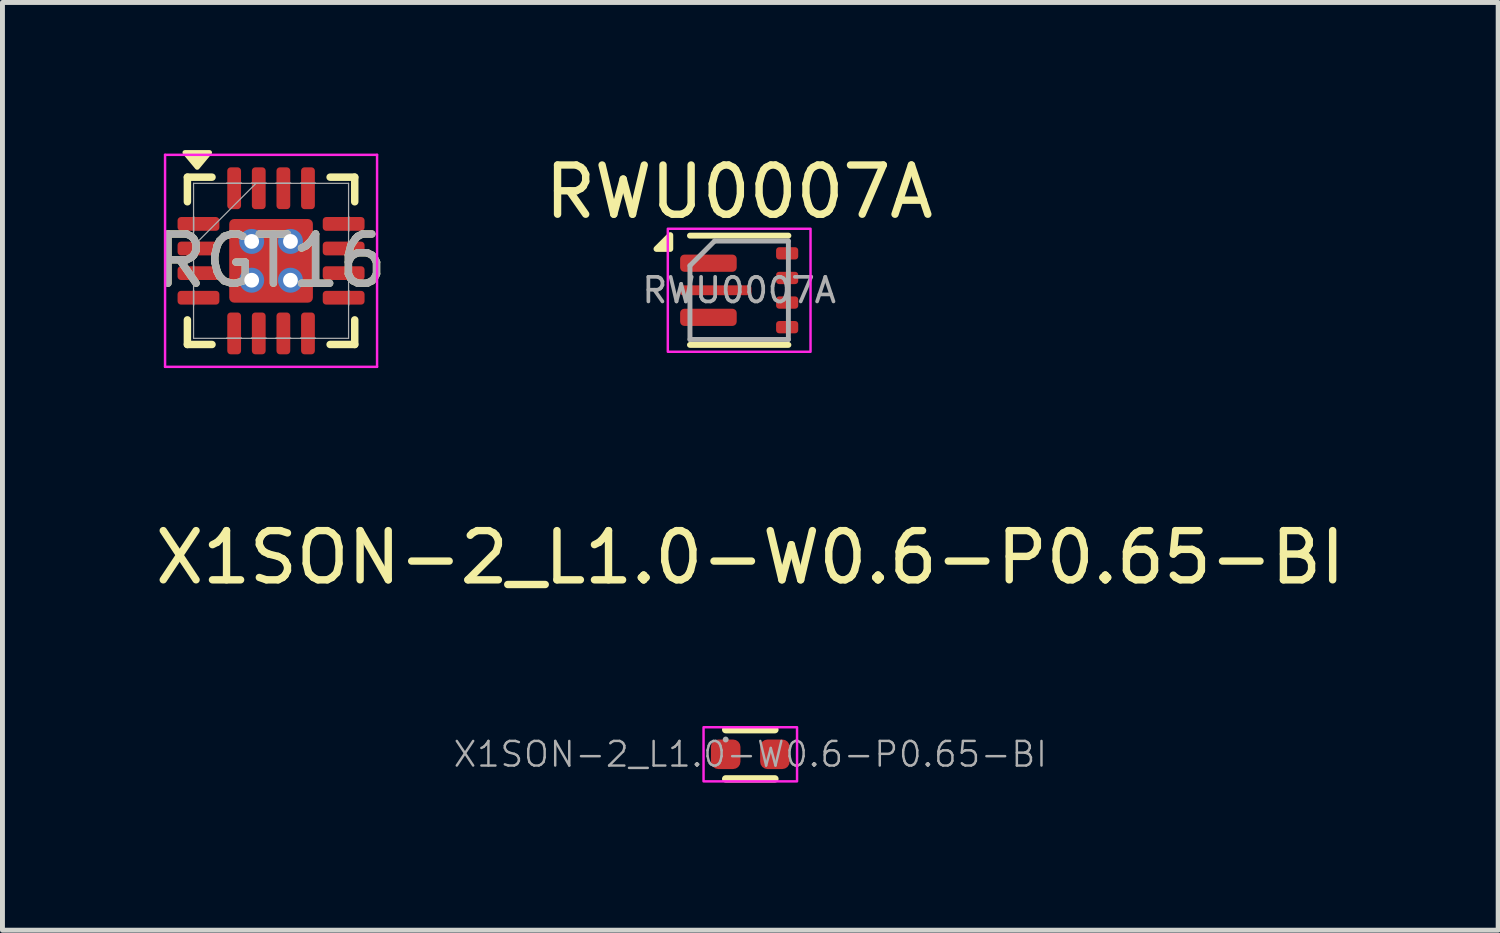
<source format=kicad_pcb>
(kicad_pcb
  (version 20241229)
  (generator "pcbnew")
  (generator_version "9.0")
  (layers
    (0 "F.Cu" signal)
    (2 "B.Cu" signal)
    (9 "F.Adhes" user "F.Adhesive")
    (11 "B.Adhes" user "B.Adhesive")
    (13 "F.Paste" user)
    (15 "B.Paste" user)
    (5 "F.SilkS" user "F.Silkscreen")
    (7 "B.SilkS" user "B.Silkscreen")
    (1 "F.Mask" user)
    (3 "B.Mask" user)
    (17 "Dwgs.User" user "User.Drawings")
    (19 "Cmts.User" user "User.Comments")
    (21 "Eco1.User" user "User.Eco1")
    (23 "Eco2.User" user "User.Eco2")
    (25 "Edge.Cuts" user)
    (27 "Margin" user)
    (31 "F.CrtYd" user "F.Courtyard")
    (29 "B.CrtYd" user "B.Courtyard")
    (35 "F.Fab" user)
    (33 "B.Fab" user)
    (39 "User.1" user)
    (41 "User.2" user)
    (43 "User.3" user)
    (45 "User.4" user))
  (footprint "X1SON-2_L1.0-W0.6-P0.65-BI"
    (layer "F.Cu")
    (at 12.196 12.277)
    (property "Reference" "X1SON-2_L1.0-W0.6-P0.65-BI" (at 0 -4 0) (layer "F.SilkS") (effects (font (size 1 1) (thickness 0.15))))
    (attr smd)
    (fp_line (start -0.5 -0.5) (end 0.5 -0.5) (stroke (width 0.15) (type solid)) (layer "F.SilkS"))
    (fp_line (start -0.5 0.5) (end 0.5 0.5) (stroke (width 0.15) (type solid)) (layer "F.SilkS"))
    (fp_rect (start -0.95 -0.55) (end 0.95 0.55) (stroke (width 0.05) (type default)) (fill no) (layer "F.CrtYd"))
    (fp_circle (center -0.5 -0.3) (end -0.47 -0.3) (stroke (width 0.06) (type solid)) (fill no) (layer "F.Fab"))
    (fp_text user "${REFERENCE}" (at 0 0 0) (layer "F.Fab") (effects (font (size 0.5 0.5) (thickness 0.05))))
    (pad "1" smd roundrect (at -0.5 0) (size 0.6 0.6) (layers "F.Cu" "F.Mask" "F.Paste") (roundrect_rratio 0.25))
    (pad "2" smd roundrect (at 0.5 0) (size 0.6 0.6) (layers "F.Cu" "F.Mask" "F.Paste") (roundrect_rratio 0.25)))
  (footprint "RWU0007A"
    (layer "F.Cu")
    (at 11.97 2.848)
    (property "Reference" "RWU0007A" (at 0 -2 0) (layer "F.SilkS") (effects (font (size 1 1) (thickness 0.15))))
    (attr smd)
    (fp_line (start -1 -1.11) (end 1 -1.11) (stroke (width 0.12) (type solid)) (layer "F.SilkS"))
    (fp_line (start 1 1.11) (end -1 1.11) (stroke (width 0.12) (type solid)) (layer "F.SilkS"))
    (fp_poly (pts (xy -1.4 -0.84) (xy -1.68 -0.84) (xy -1.4 -1.12) (xy -1.4 -0.84)) (stroke (width 0.12) (type solid)) (fill yes) (layer "F.SilkS"))
    (fp_rect (start -1.45 -1.25) (end 1.45 1.25) (stroke (width 0.05) (type default)) (fill no) (layer "F.CrtYd"))
    (fp_line (start -1 -0.5) (end -0.5 -1) (stroke (width 0.1) (type solid)) (layer "F.Fab"))
    (fp_line (start -1 1) (end -1 -0.5) (stroke (width 0.1) (type solid)) (layer "F.Fab"))
    (fp_line (start -0.5 -1) (end 1 -1) (stroke (width 0.1) (type solid)) (layer "F.Fab"))
    (fp_line (start 1 -1) (end 1 1) (stroke (width 0.1) (type solid)) (layer "F.Fab"))
    (fp_line (start 1 1) (end -1 1) (stroke (width 0.1) (type solid)) (layer "F.Fab"))
    (fp_text user "${REFERENCE}" (at 0 0 0) (layer "F.Fab") (effects (font (size 0.5 0.5) (thickness 0.075))))
    (pad "" smd roundrect (at -0.963 -0.55) (size 0.475 0.35) (layers "F.Paste") (roundrect_rratio 0.25))
    (pad "" smd roundrect (at -0.963 0.55) (size 0.475 0.35) (layers "F.Paste") (roundrect_rratio 0.25))
    (pad "" smd roundrect (at -0.887 0) (size 0.625 0.2) (layers "F.Paste") (roundrect_rratio 0.25))
    (pad "" smd roundrect (at -0.288 -0.55) (size 0.475 0.35) (layers "F.Paste") (roundrect_rratio 0.25))
    (pad "" smd roundrect (at -0.288 0.55) (size 0.475 0.35) (layers "F.Paste") (roundrect_rratio 0.25))
    (pad "" smd roundrect (at -0.062 0) (size 0.625 0.2) (layers "F.Paste") (roundrect_rratio 0.25))
    (pad "1" smd roundrect (at -0.625 -0.55) (size 1.15 0.35) (layers "F.Cu" "F.Mask") (roundrect_rratio 0.25))
    (pad "2" smd roundrect (at -0.475 0) (size 1.45 0.2) (layers "F.Cu" "F.Mask") (roundrect_rratio 0.25))
    (pad "3" smd roundrect (at -0.625 0.55) (size 1.15 0.35) (layers "F.Cu" "F.Mask") (roundrect_rratio 0.25))
    (pad "4" smd roundrect (at 0.975 0.75) (size 0.45 0.25) (layers "F.Cu" "F.Mask" "F.Paste") (roundrect_rratio 0.25))
    (pad "5" smd roundrect (at 0.975 0.25) (size 0.45 0.25) (layers "F.Cu" "F.Mask" "F.Paste") (roundrect_rratio 0.25))
    (pad "6" smd roundrect (at 0.975 -0.25) (size 0.45 0.25) (layers "F.Cu" "F.Mask" "F.Paste") (roundrect_rratio 0.25))
    (pad "7" smd roundrect (at 0.975 -0.75) (size 0.45 0.25) (layers "F.Cu" "F.Mask" "F.Paste") (roundrect_rratio 0.25)))
  (footprint "RGT16"
    (layer "F.Cu")
    (at 2.458 2.25)
    (property "Reference" "RGT16" (at 0 0 0) (unlocked yes) (layer "F.SilkS") (effects (font (size 1 1) (thickness 0.15))))
    (attr smd)
    (fp_rect (start -0.8 -0.8) (end 0.8 0.8) (stroke (width 0.1) (type default)) (fill yes) (layer "F.Mask"))
    (fp_line (start -1.7 -1.7) (end -1.7 -1.2) (stroke (width 0.152) (type solid)) (layer "F.SilkS"))
    (fp_line (start -1.7 1.7) (end -1.7 1.2) (stroke (width 0.152) (type solid)) (layer "F.SilkS"))
    (fp_line (start -1.2 -1.7) (end -1.7 -1.7) (stroke (width 0.152) (type solid)) (layer "F.SilkS"))
    (fp_line (start -1.2 1.7) (end -1.7 1.7) (stroke (width 0.152) (type solid)) (layer "F.SilkS"))
    (fp_line (start 1.2 -1.7) (end 1.7 -1.7) (stroke (width 0.152) (type solid)) (layer "F.SilkS"))
    (fp_line (start 1.2 1.7) (end 1.7 1.7) (stroke (width 0.152) (type solid)) (layer "F.SilkS"))
    (fp_line (start 1.7 -1.7) (end 1.7 -1.2) (stroke (width 0.152) (type solid)) (layer "F.SilkS"))
    (fp_line (start 1.7 1.7) (end 1.7 1.2) (stroke (width 0.152) (type solid)) (layer "F.SilkS"))
    (fp_poly (pts (xy -1.5 -1.9) (xy -1.75 -2.2) (xy -1.25 -2.2)) (stroke (width 0.1) (type solid)) (fill yes) (layer "F.SilkS"))
    (fp_circle (center 0 0) (end 0.15 -0.2) (stroke (width 0.1) (type default)) (fill yes) (layer "F.Paste"))
    (fp_poly (pts (xy -0.775 -0.775) (xy -0.775 -0.494) (xy -0.635 -0.494) (xy -0.494 -0.635) (xy -0.494 -0.775)) (stroke (width 0) (type solid)) (fill yes) (layer "F.Paste"))
    (fp_poly (pts (xy -0.775 0.494) (xy -0.775 0.775) (xy -0.494 0.775) (xy -0.494 0.635) (xy -0.635 0.494)) (stroke (width 0) (type solid)) (fill yes) (layer "F.Paste"))
    (fp_poly (pts (xy 0.494 -0.775) (xy 0.494 -0.635) (xy 0.635 -0.494) (xy 0.775 -0.494) (xy 0.775 -0.775)) (stroke (width 0) (type solid)) (fill yes) (layer "F.Paste"))
    (fp_poly (pts (xy 0.635 0.494) (xy 0.494 0.635) (xy 0.494 0.775) (xy 0.775 0.775) (xy 0.775 0.494)) (stroke (width 0) (type solid)) (fill yes) (layer "F.Paste"))
    (fp_poly (pts (xy -0.775 -0.294) (xy -0.775 0.294) (xy -0.635 0.294) (xy -0.494 0.152) (xy -0.494 -0.152) (xy -0.635 -0.294)) (stroke (width 0) (type solid)) (fill yes) (layer "F.Paste"))
    (fp_poly (pts (xy -0.294 -0.775) (xy -0.294 -0.635) (xy -0.152 -0.494) (xy 0.152 -0.494) (xy 0.294 -0.635) (xy 0.294 -0.775)) (stroke (width 0) (type solid)) (fill yes) (layer "F.Paste"))
    (fp_poly (pts (xy -0.152 0.494) (xy -0.294 0.635) (xy -0.294 0.775) (xy 0.294 0.775) (xy 0.294 0.635) (xy 0.152 0.494)) (stroke (width 0) (type solid)) (fill yes) (layer "F.Paste"))
    (fp_poly (pts (xy 0.635 -0.294) (xy 0.494 -0.152) (xy 0.494 0.152) (xy 0.635 0.294) (xy 0.775 0.294) (xy 0.775 -0.294)) (stroke (width 0) (type solid)) (fill yes) (layer "F.Paste"))
    (fp_line (start -2.154 -2.154) (end 2.154 -2.154) (stroke (width 0.05) (type solid)) (layer "F.CrtYd"))
    (fp_line (start -2.154 2.154) (end -2.154 -2.154) (stroke (width 0.05) (type solid)) (layer "F.CrtYd"))
    (fp_line (start 2.154 -2.154) (end 2.154 2.154) (stroke (width 0.05) (type solid)) (layer "F.CrtYd"))
    (fp_line (start 2.154 2.154) (end -2.154 2.154) (stroke (width 0.05) (type solid)) (layer "F.CrtYd"))
    (fp_line (start -1.575 -1.575) (end -1.575 1.575) (stroke (width 0.025) (type solid)) (layer "F.Fab"))
    (fp_line (start -1.575 -0.9) (end -1.575 -0.9) (stroke (width 0.025) (type solid)) (layer "F.Fab"))
    (fp_line (start -1.575 -0.9) (end -1.575 -0.6) (stroke (width 0.025) (type solid)) (layer "F.Fab"))
    (fp_line (start -1.575 -0.6) (end -1.575 -0.9) (stroke (width 0.025) (type solid)) (layer "F.Fab"))
    (fp_line (start -1.575 -0.6) (end -1.575 -0.6) (stroke (width 0.025) (type solid)) (layer "F.Fab"))
    (fp_line (start -1.575 -0.4) (end -1.575 -0.4) (stroke (width 0.025) (type solid)) (layer "F.Fab"))
    (fp_line (start -1.575 -0.4) (end -1.575 -0.1) (stroke (width 0.025) (type solid)) (layer "F.Fab"))
    (fp_line (start -1.575 -0.305) (end -0.305 -1.575) (stroke (width 0.025) (type solid)) (layer "F.Fab"))
    (fp_line (start -1.575 -0.1) (end -1.575 -0.4) (stroke (width 0.025) (type solid)) (layer "F.Fab"))
    (fp_line (start -1.575 -0.1) (end -1.575 -0.1) (stroke (width 0.025) (type solid)) (layer "F.Fab"))
    (fp_line (start -1.575 0.1) (end -1.575 0.1) (stroke (width 0.025) (type solid)) (layer "F.Fab"))
    (fp_line (start -1.575 0.1) (end -1.575 0.4) (stroke (width 0.025) (type solid)) (layer "F.Fab"))
    (fp_line (start -1.575 0.4) (end -1.575 0.1) (stroke (width 0.025) (type solid)) (layer "F.Fab"))
    (fp_line (start -1.575 0.4) (end -1.575 0.4) (stroke (width 0.025) (type solid)) (layer "F.Fab"))
    (fp_line (start -1.575 0.6) (end -1.575 0.6) (stroke (width 0.025) (type solid)) (layer "F.Fab"))
    (fp_line (start -1.575 0.6) (end -1.575 0.9) (stroke (width 0.025) (type solid)) (layer "F.Fab"))
    (fp_line (start -1.575 0.9) (end -1.575 0.6) (stroke (width 0.025) (type solid)) (layer "F.Fab"))
    (fp_line (start -1.575 0.9) (end -1.575 0.9) (stroke (width 0.025) (type solid)) (layer "F.Fab"))
    (fp_line (start -1.575 1.575) (end 1.575 1.575) (stroke (width 0.025) (type solid)) (layer "F.Fab"))
    (fp_line (start -0.9 -1.575) (end -0.9 -1.575) (stroke (width 0.025) (type solid)) (layer "F.Fab"))
    (fp_line (start -0.9 -1.575) (end -0.6 -1.575) (stroke (width 0.025) (type solid)) (layer "F.Fab"))
    (fp_line (start -0.9 1.575) (end -0.9 1.575) (stroke (width 0.025) (type solid)) (layer "F.Fab"))
    (fp_line (start -0.9 1.575) (end -0.6 1.575) (stroke (width 0.025) (type solid)) (layer "F.Fab"))
    (fp_line (start -0.6 -1.575) (end -0.9 -1.575) (stroke (width 0.025) (type solid)) (layer "F.Fab"))
    (fp_line (start -0.6 -1.575) (end -0.6 -1.575) (stroke (width 0.025) (type solid)) (layer "F.Fab"))
    (fp_line (start -0.6 1.575) (end -0.9 1.575) (stroke (width 0.025) (type solid)) (layer "F.Fab"))
    (fp_line (start -0.6 1.575) (end -0.6 1.575) (stroke (width 0.025) (type solid)) (layer "F.Fab"))
    (fp_line (start -0.4 -1.575) (end -0.4 -1.575) (stroke (width 0.025) (type solid)) (layer "F.Fab"))
    (fp_line (start -0.4 -1.575) (end -0.1 -1.575) (stroke (width 0.025) (type solid)) (layer "F.Fab"))
    (fp_line (start -0.4 1.575) (end -0.4 1.575) (stroke (width 0.025) (type solid)) (layer "F.Fab"))
    (fp_line (start -0.4 1.575) (end -0.1 1.575) (stroke (width 0.025) (type solid)) (layer "F.Fab"))
    (fp_line (start -0.1 -1.575) (end -0.4 -1.575) (stroke (width 0.025) (type solid)) (layer "F.Fab"))
    (fp_line (start -0.1 -1.575) (end -0.1 -1.575) (stroke (width 0.025) (type solid)) (layer "F.Fab"))
    (fp_line (start -0.1 1.575) (end -0.4 1.575) (stroke (width 0.025) (type solid)) (layer "F.Fab"))
    (fp_line (start -0.1 1.575) (end -0.1 1.575) (stroke (width 0.025) (type solid)) (layer "F.Fab"))
    (fp_line (start 0.1 -1.575) (end 0.1 -1.575) (stroke (width 0.025) (type solid)) (layer "F.Fab"))
    (fp_line (start 0.1 -1.575) (end 0.4 -1.575) (stroke (width 0.025) (type solid)) (layer "F.Fab"))
    (fp_line (start 0.1 1.575) (end 0.1 1.575) (stroke (width 0.025) (type solid)) (layer "F.Fab"))
    (fp_line (start 0.1 1.575) (end 0.4 1.575) (stroke (width 0.025) (type solid)) (layer "F.Fab"))
    (fp_line (start 0.4 -1.575) (end 0.1 -1.575) (stroke (width 0.025) (type solid)) (layer "F.Fab"))
    (fp_line (start 0.4 -1.575) (end 0.4 -1.575) (stroke (width 0.025) (type solid)) (layer "F.Fab"))
    (fp_line (start 0.4 1.575) (end 0.1 1.575) (stroke (width 0.025) (type solid)) (layer "F.Fab"))
    (fp_line (start 0.4 1.575) (end 0.4 1.575) (stroke (width 0.025) (type solid)) (layer "F.Fab"))
    (fp_line (start 0.6 -1.575) (end 0.6 -1.575) (stroke (width 0.025) (type solid)) (layer "F.Fab"))
    (fp_line (start 0.6 -1.575) (end 0.9 -1.575) (stroke (width 0.025) (type solid)) (layer "F.Fab"))
    (fp_line (start 0.6 1.575) (end 0.6 1.575) (stroke (width 0.025) (type solid)) (layer "F.Fab"))
    (fp_line (start 0.6 1.575) (end 0.9 1.575) (stroke (width 0.025) (type solid)) (layer "F.Fab"))
    (fp_line (start 0.9 -1.575) (end 0.6 -1.575) (stroke (width 0.025) (type solid)) (layer "F.Fab"))
    (fp_line (start 0.9 -1.575) (end 0.9 -1.575) (stroke (width 0.025) (type solid)) (layer "F.Fab"))
    (fp_line (start 0.9 1.575) (end 0.6 1.575) (stroke (width 0.025) (type solid)) (layer "F.Fab"))
    (fp_line (start 0.9 1.575) (end 0.9 1.575) (stroke (width 0.025) (type solid)) (layer "F.Fab"))
    (fp_line (start 1.575 -1.575) (end -1.575 -1.575) (stroke (width 0.025) (type solid)) (layer "F.Fab"))
    (fp_line (start 1.575 -0.9) (end 1.575 -0.9) (stroke (width 0.025) (type solid)) (layer "F.Fab"))
    (fp_line (start 1.575 -0.9) (end 1.575 -0.6) (stroke (width 0.025) (type solid)) (layer "F.Fab"))
    (fp_line (start 1.575 -0.6) (end 1.575 -0.9) (stroke (width 0.025) (type solid)) (layer "F.Fab"))
    (fp_line (start 1.575 -0.6) (end 1.575 -0.6) (stroke (width 0.025) (type solid)) (layer "F.Fab"))
    (fp_line (start 1.575 -0.4) (end 1.575 -0.4) (stroke (width 0.025) (type solid)) (layer "F.Fab"))
    (fp_line (start 1.575 -0.4) (end 1.575 -0.1) (stroke (width 0.025) (type solid)) (layer "F.Fab"))
    (fp_line (start 1.575 -0.1) (end 1.575 -0.4) (stroke (width 0.025) (type solid)) (layer "F.Fab"))
    (fp_line (start 1.575 -0.1) (end 1.575 -0.1) (stroke (width 0.025) (type solid)) (layer "F.Fab"))
    (fp_line (start 1.575 0.1) (end 1.575 0.1) (stroke (width 0.025) (type solid)) (layer "F.Fab"))
    (fp_line (start 1.575 0.1) (end 1.575 0.4) (stroke (width 0.025) (type solid)) (layer "F.Fab"))
    (fp_line (start 1.575 0.4) (end 1.575 0.1) (stroke (width 0.025) (type solid)) (layer "F.Fab"))
    (fp_line (start 1.575 0.4) (end 1.575 0.4) (stroke (width 0.025) (type solid)) (layer "F.Fab"))
    (fp_line (start 1.575 0.6) (end 1.575 0.6) (stroke (width 0.025) (type solid)) (layer "F.Fab"))
    (fp_line (start 1.575 0.6) (end 1.575 0.9) (stroke (width 0.025) (type solid)) (layer "F.Fab"))
    (fp_line (start 1.575 0.9) (end 1.575 0.6) (stroke (width 0.025) (type solid)) (layer "F.Fab"))
    (fp_line (start 1.575 0.9) (end 1.575 0.9) (stroke (width 0.025) (type solid)) (layer "F.Fab"))
    (fp_line (start 1.575 1.575) (end 1.575 -1.575) (stroke (width 0.025) (type solid)) (layer "F.Fab"))
    (fp_text user "${REFERENCE}" (at 0 0 0) (unlocked yes) (layer "F.Fab") (effects (font (size 1 1) (thickness 0.15))))
    (pad "1" smd roundrect (at -1.475 -0.75 90) (size 0.28 0.85) (layers "F.Cu" "F.Mask" "F.Paste") (roundrect_rratio 0.25))
    (pad "2" smd roundrect (at -1.475 -0.25 90) (size 0.28 0.85) (layers "F.Cu" "F.Mask" "F.Paste") (roundrect_rratio 0.25))
    (pad "3" smd roundrect (at -1.475 0.25 90) (size 0.28 0.85) (layers "F.Cu" "F.Mask" "F.Paste") (roundrect_rratio 0.25))
    (pad "4" smd roundrect (at -1.475 0.75 90) (size 0.28 0.85) (layers "F.Cu" "F.Mask" "F.Paste") (roundrect_rratio 0.25))
    (pad "5" smd roundrect (at -0.75 1.475) (size 0.28 0.85) (layers "F.Cu" "F.Mask" "F.Paste") (roundrect_rratio 0.25))
    (pad "6" smd roundrect (at -0.25 1.475) (size 0.28 0.85) (layers "F.Cu" "F.Mask" "F.Paste") (roundrect_rratio 0.25))
    (pad "7" smd roundrect (at 0.25 1.475) (size 0.28 0.85) (layers "F.Cu" "F.Mask" "F.Paste") (roundrect_rratio 0.25))
    (pad "8" smd roundrect (at 0.75 1.475) (size 0.28 0.85) (layers "F.Cu" "F.Mask" "F.Paste") (roundrect_rratio 0.25))
    (pad "9" smd roundrect (at 1.475 0.75 90) (size 0.28 0.85) (layers "F.Cu" "F.Mask" "F.Paste") (roundrect_rratio 0.25))
    (pad "10" smd roundrect (at 1.475 0.25 90) (size 0.28 0.85) (layers "F.Cu" "F.Mask" "F.Paste") (roundrect_rratio 0.25))
    (pad "11" smd roundrect (at 1.475 -0.25 90) (size 0.28 0.85) (layers "F.Cu" "F.Mask" "F.Paste") (roundrect_rratio 0.25))
    (pad "12" smd roundrect (at 1.475 -0.75 90) (size 0.28 0.85) (layers "F.Cu" "F.Mask" "F.Paste") (roundrect_rratio 0.25))
    (pad "13" smd roundrect (at 0.75 -1.475) (size 0.28 0.85) (layers "F.Cu" "F.Mask" "F.Paste") (roundrect_rratio 0.25))
    (pad "14" smd roundrect (at 0.25 -1.475) (size 0.28 0.85) (layers "F.Cu" "F.Mask" "F.Paste") (roundrect_rratio 0.25))
    (pad "15" smd roundrect (at -0.25 -1.475) (size 0.28 0.85) (layers "F.Cu" "F.Mask" "F.Paste") (roundrect_rratio 0.25))
    (pad "16" smd roundrect (at -0.75 -1.475) (size 0.28 0.85) (layers "F.Cu" "F.Mask" "F.Paste") (roundrect_rratio 0.25))
    (pad "17" thru_hole circle (at -0.394 -0.394) (size 0.508 0.508) (drill 0.3) (layers "*.Cu" "*.Mask"))
    (pad "17" thru_hole circle (at -0.394 0.394) (size 0.508 0.508) (drill 0.3) (layers "*.Cu" "*.Mask"))
    (pad "17" smd roundrect (at 0 0) (size 1.7 1.7) (layers "F.Cu") (roundrect_rratio 0.059))
    (pad "17" thru_hole circle (at 0.394 -0.394) (size 0.508 0.508) (drill 0.3) (layers "*.Cu" "*.Mask"))
    (pad "17" thru_hole circle (at 0.394 0.394) (size 0.508 0.508) (drill 0.3) (layers "*.Cu" "*.Mask")))
  (gr_rect
    (start -3 -3)
    (end 27.393 15.852)
    (stroke (width 0.1) (type default))
    (fill no)
    (layer "Edge.Cuts")))
</source>
